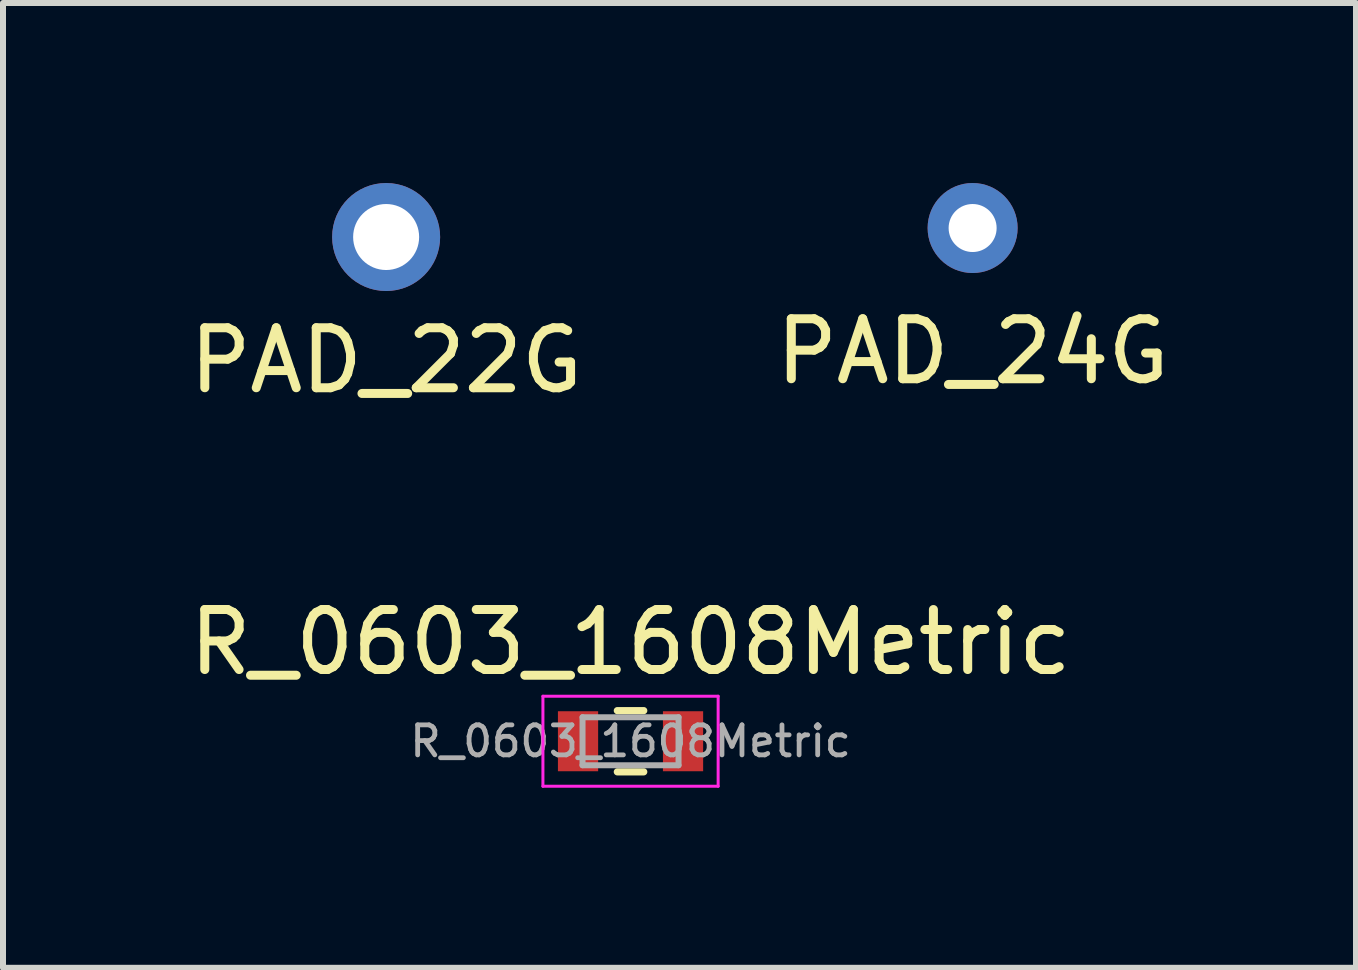
<source format=kicad_pcb>
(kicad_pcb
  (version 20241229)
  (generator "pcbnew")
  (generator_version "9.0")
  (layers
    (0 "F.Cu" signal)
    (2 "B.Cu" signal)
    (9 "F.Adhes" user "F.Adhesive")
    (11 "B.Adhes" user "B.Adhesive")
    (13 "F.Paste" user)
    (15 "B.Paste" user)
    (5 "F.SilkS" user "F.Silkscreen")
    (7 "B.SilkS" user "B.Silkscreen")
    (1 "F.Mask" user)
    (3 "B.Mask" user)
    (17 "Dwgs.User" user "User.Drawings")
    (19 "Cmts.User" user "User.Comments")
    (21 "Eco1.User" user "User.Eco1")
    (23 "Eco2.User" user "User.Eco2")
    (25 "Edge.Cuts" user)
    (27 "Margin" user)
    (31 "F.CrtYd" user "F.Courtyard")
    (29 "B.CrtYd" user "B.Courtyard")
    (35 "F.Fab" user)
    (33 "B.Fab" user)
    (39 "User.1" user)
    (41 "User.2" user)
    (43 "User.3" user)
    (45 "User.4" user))
  (footprint "PAD_24G"
    (layer "F.Cu")
    (at 13.159 0.75)
    (property "Reference" "PAD_24G" (at 0.002 2.057 0) (layer "F.SilkS") (effects (font (size 1 1) (thickness 0.15))))
    (attr through_hole)
    (pad "1" thru_hole circle (at 0 0 90) (size 1.5 1.5) (drill 0.8) (layers "*.Cu" "*.Mask")))
  (footprint "PAD_22G"
    (layer "F.Cu")
    (at 3.385 0.9)
    (property "Reference" "PAD_22G" (at 0.002 2.057 0) (layer "F.SilkS") (effects (font (size 1 1) (thickness 0.15))))
    (attr through_hole)
    (pad "1" thru_hole circle (at 0 0 90) (size 1.8 1.8) (drill 1.1) (layers "*.Cu" "*.Mask")))
  (footprint "R_0603_1608Metric"
    (layer "F.Cu")
    (at 7.458 9.303)
    (property "Reference" "R_0603_1608Metric" (at 0 -1.65 0) (layer "F.SilkS") (effects (font (size 1 1) (thickness 0.15))))
    (attr smd)
    (fp_line (start -0.22 -0.51) (end 0.22 -0.51) (stroke (width 0.12) (type solid)) (layer "F.SilkS"))
    (fp_line (start -0.22 0.51) (end 0.22 0.51) (stroke (width 0.12) (type solid)) (layer "F.SilkS"))
    (fp_line (start -1.46 -0.75) (end 1.46 -0.75) (stroke (width 0.05) (type solid)) (layer "F.CrtYd"))
    (fp_line (start -1.46 0.75) (end -1.46 -0.75) (stroke (width 0.05) (type solid)) (layer "F.CrtYd"))
    (fp_line (start 1.46 -0.75) (end 1.46 0.75) (stroke (width 0.05) (type solid)) (layer "F.CrtYd"))
    (fp_line (start 1.46 0.75) (end -1.46 0.75) (stroke (width 0.05) (type solid)) (layer "F.CrtYd"))
    (fp_line (start -0.8 -0.4) (end 0.8 -0.4) (stroke (width 0.1) (type solid)) (layer "F.Fab"))
    (fp_line (start -0.8 0.4) (end -0.8 -0.4) (stroke (width 0.1) (type solid)) (layer "F.Fab"))
    (fp_line (start 0.8 -0.4) (end 0.8 0.4) (stroke (width 0.1) (type solid)) (layer "F.Fab"))
    (fp_line (start 0.8 0.4) (end -0.8 0.4) (stroke (width 0.1) (type solid)) (layer "F.Fab"))
    (fp_text user "${REFERENCE}" (at 0 0 0) (layer "F.Fab") (effects (font (size 0.5 0.5) (thickness 0.08))))
    (pad "1" smd rect (at -0.875 0) (size 0.67 1) (layers "F.Cu" "F.Mask" "F.Paste"))
    (pad "2" smd rect (at 0.875 0) (size 0.67 1) (layers "F.Cu" "F.Mask" "F.Paste")))
  (gr_rect
    (start -3 -3)
    (end 19.548 13.079)
    (stroke (width 0.1) (type default))
    (fill no)
    (layer "Edge.Cuts")))
</source>
